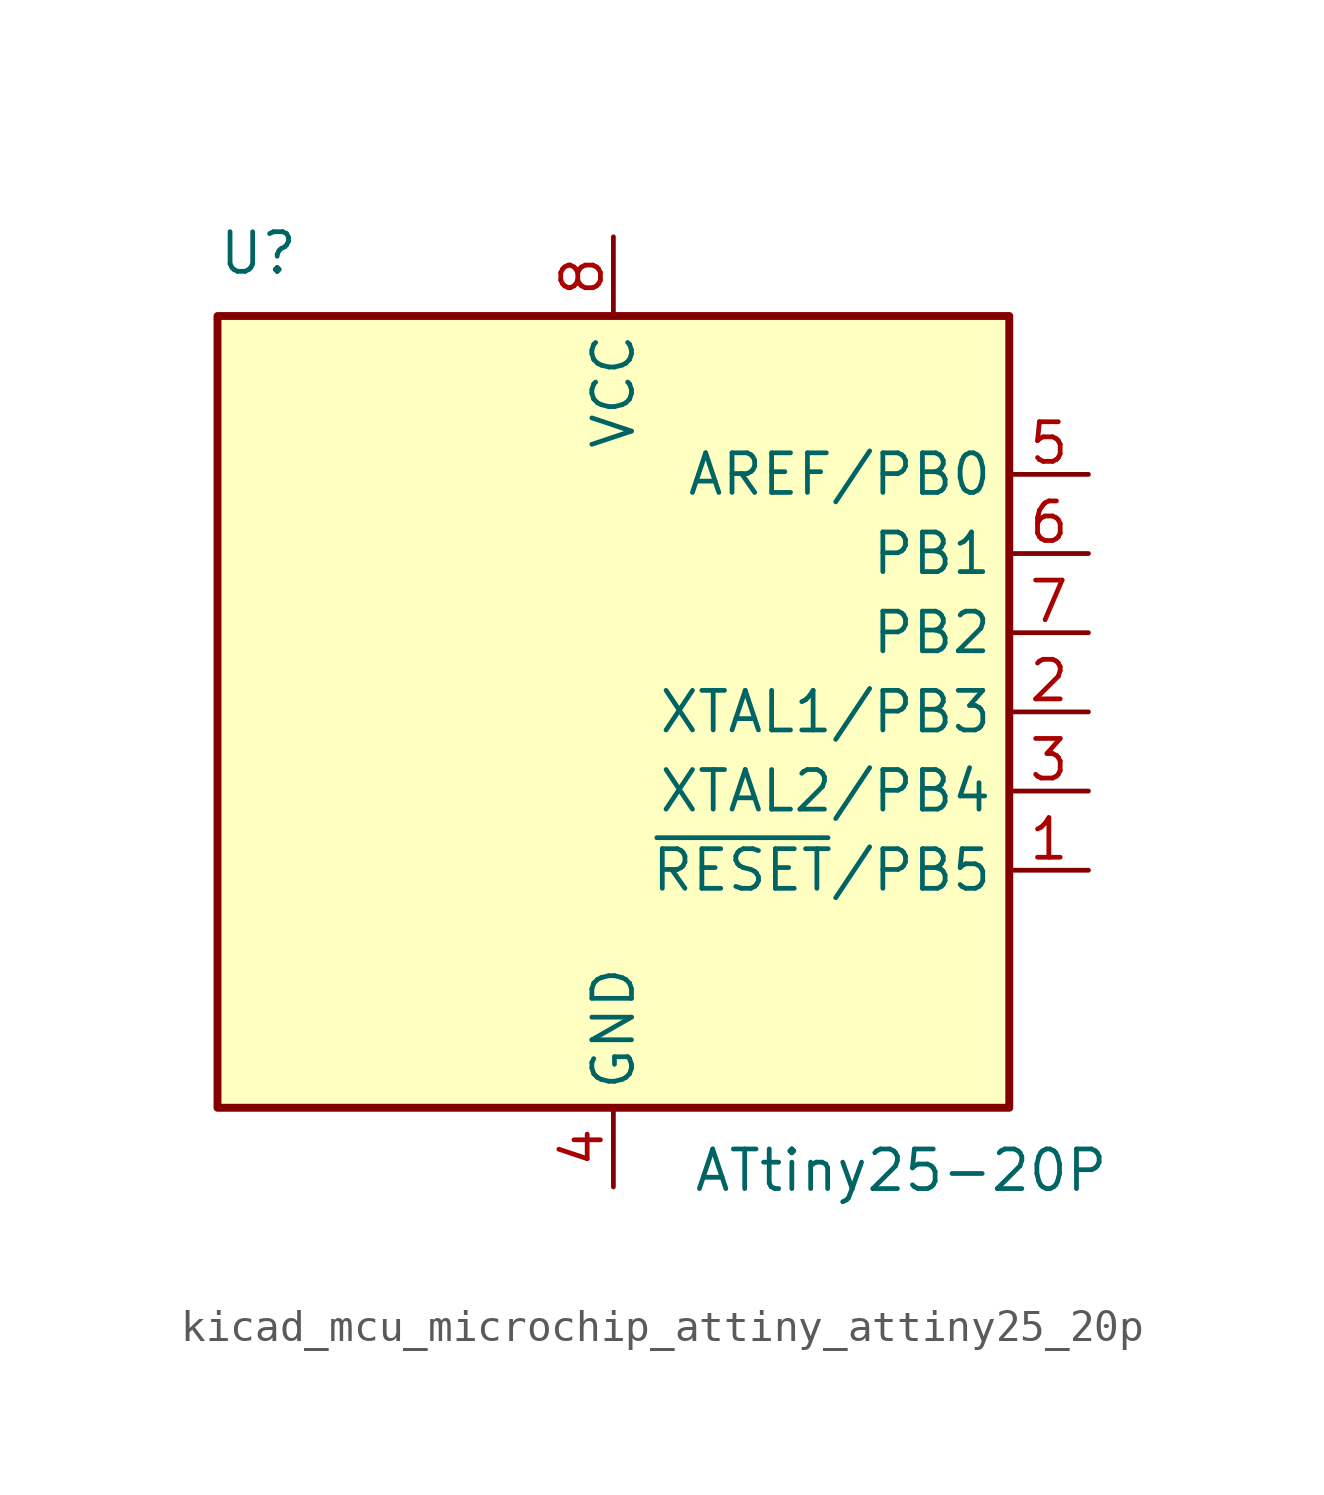
<source format=kicad_sym>
(kicad_symbol_lib
  (version 20220914)
  (generator kicad_symbol_editor)
  (symbol "kicad_mcu_microchip_attiny_attiny25_20p"
    (property "Reference" "U"
      (at -12.7 13.97 0)
      (effects (font (size 1.27 1.27)) (justify left bottom)))
    (property "Value" "ATtiny25-20P"
      (at 2.54 -13.97 0)
      (effects (font (size 1.27 1.27)) (justify left top)))
    (symbol "kicad_mcu_microchip_attiny_attiny25_20p_0_1"
      (rectangle (start -12.7 -12.7) (end 12.7 12.7) (stroke (width 0.254) (type default)) (fill (type background))))
    (symbol "kicad_mcu_microchip_attiny_attiny25_20p_1_1"
      (pin bidirectional line (at 15.24 -5.08 180) (length 2.54) (name "~{RESET}/PB5" (effects (font (size 1.27 1.27)))) (number "1" (effects (font (size 1.27 1.27)))))
      (pin bidirectional line (at 15.24 0 180) (length 2.54) (name "XTAL1/PB3" (effects (font (size 1.27 1.27)))) (number "2" (effects (font (size 1.27 1.27)))))
      (pin bidirectional line (at 15.24 -2.54 180) (length 2.54) (name "XTAL2/PB4" (effects (font (size 1.27 1.27)))) (number "3" (effects (font (size 1.27 1.27)))))
      (pin power_in line (at 0 -15.24 90) (length 2.54) (name "GND" (effects (font (size 1.27 1.27)))) (number "4" (effects (font (size 1.27 1.27)))))
      (pin bidirectional line (at 15.24 7.62 180) (length 2.54) (name "AREF/PB0" (effects (font (size 1.27 1.27)))) (number "5" (effects (font (size 1.27 1.27)))))
      (pin bidirectional line (at 15.24 5.08 180) (length 2.54) (name "PB1" (effects (font (size 1.27 1.27)))) (number "6" (effects (font (size 1.27 1.27)))))
      (pin bidirectional line (at 15.24 2.54 180) (length 2.54) (name "PB2" (effects (font (size 1.27 1.27)))) (number "7" (effects (font (size 1.27 1.27)))))
      (pin power_in line (at 0 15.24 270) (length 2.54) (name "VCC" (effects (font (size 1.27 1.27)))) (number "8" (effects (font (size 1.27 1.27))))))))
</source>
